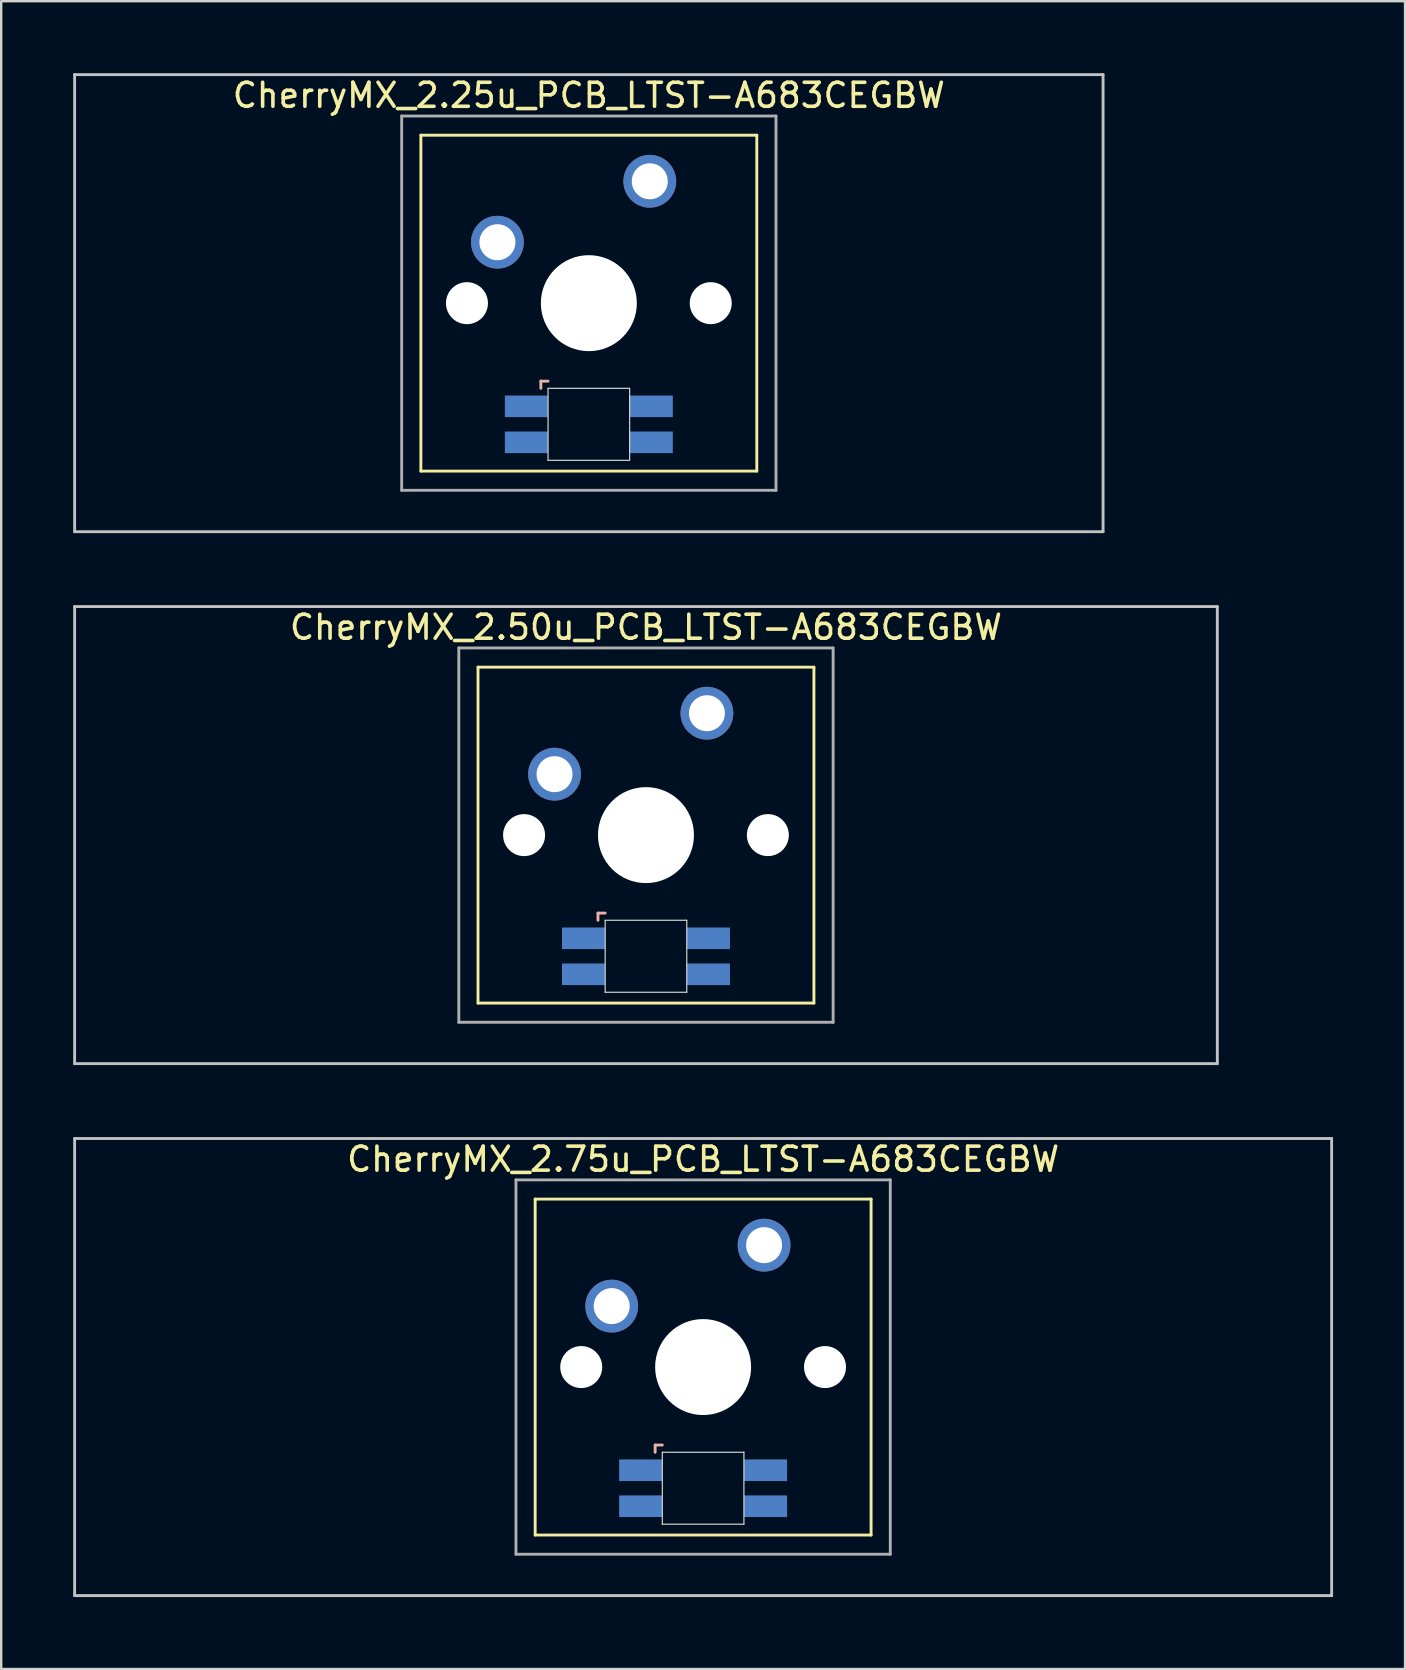
<source format=kicad_pcb>
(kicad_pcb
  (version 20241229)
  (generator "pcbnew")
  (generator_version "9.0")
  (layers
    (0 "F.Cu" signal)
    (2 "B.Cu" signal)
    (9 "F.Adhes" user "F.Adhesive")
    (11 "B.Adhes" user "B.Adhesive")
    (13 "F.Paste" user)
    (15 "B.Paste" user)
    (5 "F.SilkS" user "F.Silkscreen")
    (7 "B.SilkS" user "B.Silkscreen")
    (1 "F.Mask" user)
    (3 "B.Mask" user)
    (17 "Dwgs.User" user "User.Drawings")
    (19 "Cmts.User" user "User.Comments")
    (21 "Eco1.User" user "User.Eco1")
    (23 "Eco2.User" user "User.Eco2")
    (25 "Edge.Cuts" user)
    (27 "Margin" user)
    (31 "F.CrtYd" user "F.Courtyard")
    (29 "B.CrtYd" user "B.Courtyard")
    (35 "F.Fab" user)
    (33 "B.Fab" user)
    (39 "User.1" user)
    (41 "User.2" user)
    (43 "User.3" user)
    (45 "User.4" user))
  (footprint "CherryMX_2.75u_PCB_LTST-A683CEGBW"
    (layer "F.Cu")
    (at 26.254 53.925)
    (property "Reference" "CherryMX_2.75u_PCB_LTST-A683CEGBW" (at 0 -8.662 0) (layer "F.SilkS") (effects (font (size 1 1) (thickness 0.15))))
    (attr through_hole)
    (fp_line (start -7 -7) (end -7 7) (stroke (width 0.12) (type solid)) (layer "F.SilkS"))
    (fp_line (start -7 -7) (end 7 -7) (stroke (width 0.12) (type solid)) (layer "F.SilkS"))
    (fp_line (start 7 -7) (end 7 7) (stroke (width 0.12) (type solid)) (layer "F.SilkS"))
    (fp_line (start 7 7) (end -7 7) (stroke (width 0.12) (type solid)) (layer "F.SilkS"))
    (fp_line (start -2 3.25) (end -2 3.55) (stroke (width 0.12) (type solid)) (layer "B.SilkS"))
    (fp_line (start -1.7 3.25) (end -2 3.25) (stroke (width 0.12) (type solid)) (layer "B.SilkS"))
    (fp_line (start -26.194 -9.525) (end 26.194 -9.525) (stroke (width 0.12) (type solid)) (layer "Dwgs.User"))
    (fp_line (start -26.194 9.525) (end -26.194 -9.525) (stroke (width 0.12) (type solid)) (layer "Dwgs.User"))
    (fp_line (start 26.194 -9.525) (end 26.194 9.525) (stroke (width 0.12) (type solid)) (layer "Dwgs.User"))
    (fp_line (start 26.194 9.525) (end -26.194 9.525) (stroke (width 0.12) (type solid)) (layer "Dwgs.User"))
    (fp_line (start -1.7 3.55) (end 1.7 3.55) (stroke (width 0.05) (type solid)) (layer "Edge.Cuts"))
    (fp_line (start -1.7 6.55) (end -1.7 3.55) (stroke (width 0.05) (type solid)) (layer "Edge.Cuts"))
    (fp_line (start 1.7 3.55) (end 1.7 6.55) (stroke (width 0.05) (type solid)) (layer "Edge.Cuts"))
    (fp_line (start 1.7 6.55) (end -1.7 6.55) (stroke (width 0.05) (type solid)) (layer "Edge.Cuts"))
    (fp_line (start -7.8 -7.8) (end -7.8 7.8) (stroke (width 0.12) (type solid)) (layer "F.Fab"))
    (fp_line (start -7.8 -7.8) (end 7.8 -7.8) (stroke (width 0.12) (type solid)) (layer "F.Fab"))
    (fp_line (start -7.8 7.8) (end 7.8 7.8) (stroke (width 0.12) (type solid)) (layer "F.Fab"))
    (fp_line (start 7.8 -7.8) (end 7.8 7.8) (stroke (width 0.12) (type solid)) (layer "F.Fab"))
    (pad "" np_thru_hole circle (at -5.08 0) (size 1.75 1.75) (drill 1.75) (layers "*.Cu" "*.Mask"))
    (pad "" np_thru_hole circle (at 0 0) (size 4 4) (drill 4) (layers "*.Cu" "*.Mask"))
    (pad "" np_thru_hole circle (at 5.08 0) (size 1.75 1.75) (drill 1.75) (layers "*.Cu" "*.Mask"))
    (pad "1" thru_hole circle (at -3.81 -2.54) (size 2.2 2.2) (drill 1.5) (layers "*.Cu" "*.Mask"))
    (pad "2" thru_hole circle (at 2.54 -5.08) (size 2.2 2.2) (drill 1.5) (layers "*.Cu" "*.Mask"))
    (pad "3" smd rect (at -2.6 4.3) (size 1.8 0.9) (layers "B.Cu" "B.Mask" "B.Paste"))
    (pad "4" smd rect (at -2.6 5.8) (size 1.8 0.9) (layers "B.Cu" "B.Mask" "B.Paste"))
    (pad "5" smd rect (at 2.6 4.3) (size 1.8 0.9) (layers "B.Cu" "B.Mask" "B.Paste"))
    (pad "6" smd rect (at 2.6 5.8) (size 1.8 0.9) (layers "B.Cu" "B.Mask" "B.Paste")))
  (footprint "CherryMX_2.50u_PCB_LTST-A683CEGBW"
    (layer "F.Cu")
    (at 23.872 31.755)
    (property "Reference" "CherryMX_2.50u_PCB_LTST-A683CEGBW" (at 0 -8.662 0) (layer "F.SilkS") (effects (font (size 1 1) (thickness 0.15))))
    (attr through_hole)
    (fp_line (start -7 -7) (end -7 7) (stroke (width 0.12) (type solid)) (layer "F.SilkS"))
    (fp_line (start -7 -7) (end 7 -7) (stroke (width 0.12) (type solid)) (layer "F.SilkS"))
    (fp_line (start 7 -7) (end 7 7) (stroke (width 0.12) (type solid)) (layer "F.SilkS"))
    (fp_line (start 7 7) (end -7 7) (stroke (width 0.12) (type solid)) (layer "F.SilkS"))
    (fp_line (start -2 3.25) (end -2 3.55) (stroke (width 0.12) (type solid)) (layer "B.SilkS"))
    (fp_line (start -1.7 3.25) (end -2 3.25) (stroke (width 0.12) (type solid)) (layer "B.SilkS"))
    (fp_line (start -23.812 -9.525) (end 23.812 -9.525) (stroke (width 0.12) (type solid)) (layer "Dwgs.User"))
    (fp_line (start -23.812 9.525) (end -23.812 -9.525) (stroke (width 0.12) (type solid)) (layer "Dwgs.User"))
    (fp_line (start 23.812 -9.525) (end 23.812 9.525) (stroke (width 0.12) (type solid)) (layer "Dwgs.User"))
    (fp_line (start 23.812 9.525) (end -23.812 9.525) (stroke (width 0.12) (type solid)) (layer "Dwgs.User"))
    (fp_line (start -1.7 3.55) (end 1.7 3.55) (stroke (width 0.05) (type solid)) (layer "Edge.Cuts"))
    (fp_line (start -1.7 6.55) (end -1.7 3.55) (stroke (width 0.05) (type solid)) (layer "Edge.Cuts"))
    (fp_line (start 1.7 3.55) (end 1.7 6.55) (stroke (width 0.05) (type solid)) (layer "Edge.Cuts"))
    (fp_line (start 1.7 6.55) (end -1.7 6.55) (stroke (width 0.05) (type solid)) (layer "Edge.Cuts"))
    (fp_line (start -7.8 -7.8) (end -7.8 7.8) (stroke (width 0.12) (type solid)) (layer "F.Fab"))
    (fp_line (start -7.8 -7.8) (end 7.8 -7.8) (stroke (width 0.12) (type solid)) (layer "F.Fab"))
    (fp_line (start -7.8 7.8) (end 7.8 7.8) (stroke (width 0.12) (type solid)) (layer "F.Fab"))
    (fp_line (start 7.8 -7.8) (end 7.8 7.8) (stroke (width 0.12) (type solid)) (layer "F.Fab"))
    (pad "" np_thru_hole circle (at -5.08 0) (size 1.75 1.75) (drill 1.75) (layers "*.Cu" "*.Mask"))
    (pad "" np_thru_hole circle (at 0 0) (size 4 4) (drill 4) (layers "*.Cu" "*.Mask"))
    (pad "" np_thru_hole circle (at 5.08 0) (size 1.75 1.75) (drill 1.75) (layers "*.Cu" "*.Mask"))
    (pad "1" thru_hole circle (at -3.81 -2.54) (size 2.2 2.2) (drill 1.5) (layers "*.Cu" "*.Mask"))
    (pad "2" thru_hole circle (at 2.54 -5.08) (size 2.2 2.2) (drill 1.5) (layers "*.Cu" "*.Mask"))
    (pad "3" smd rect (at -2.6 4.3) (size 1.8 0.9) (layers "B.Cu" "B.Mask" "B.Paste"))
    (pad "4" smd rect (at -2.6 5.8) (size 1.8 0.9) (layers "B.Cu" "B.Mask" "B.Paste"))
    (pad "5" smd rect (at 2.6 4.3) (size 1.8 0.9) (layers "B.Cu" "B.Mask" "B.Paste"))
    (pad "6" smd rect (at 2.6 5.8) (size 1.8 0.9) (layers "B.Cu" "B.Mask" "B.Paste")))
  (footprint "CherryMX_2.25u_PCB_LTST-A683CEGBW"
    (layer "F.Cu")
    (at 21.491 9.585)
    (property "Reference" "CherryMX_2.25u_PCB_LTST-A683CEGBW" (at 0 -8.662 0) (layer "F.SilkS") (effects (font (size 1 1) (thickness 0.15))))
    (attr through_hole)
    (fp_line (start -7 -7) (end -7 7) (stroke (width 0.12) (type solid)) (layer "F.SilkS"))
    (fp_line (start -7 -7) (end 7 -7) (stroke (width 0.12) (type solid)) (layer "F.SilkS"))
    (fp_line (start 7 -7) (end 7 7) (stroke (width 0.12) (type solid)) (layer "F.SilkS"))
    (fp_line (start 7 7) (end -7 7) (stroke (width 0.12) (type solid)) (layer "F.SilkS"))
    (fp_line (start -2 3.25) (end -2 3.55) (stroke (width 0.12) (type solid)) (layer "B.SilkS"))
    (fp_line (start -1.7 3.25) (end -2 3.25) (stroke (width 0.12) (type solid)) (layer "B.SilkS"))
    (fp_line (start -21.431 -9.525) (end 21.431 -9.525) (stroke (width 0.12) (type solid)) (layer "Dwgs.User"))
    (fp_line (start -21.431 9.525) (end -21.431 -9.525) (stroke (width 0.12) (type solid)) (layer "Dwgs.User"))
    (fp_line (start 21.431 -9.525) (end 21.431 9.525) (stroke (width 0.12) (type solid)) (layer "Dwgs.User"))
    (fp_line (start 21.431 9.525) (end -21.431 9.525) (stroke (width 0.12) (type solid)) (layer "Dwgs.User"))
    (fp_line (start -1.7 3.55) (end 1.7 3.55) (stroke (width 0.05) (type solid)) (layer "Edge.Cuts"))
    (fp_line (start -1.7 6.55) (end -1.7 3.55) (stroke (width 0.05) (type solid)) (layer "Edge.Cuts"))
    (fp_line (start 1.7 3.55) (end 1.7 6.55) (stroke (width 0.05) (type solid)) (layer "Edge.Cuts"))
    (fp_line (start 1.7 6.55) (end -1.7 6.55) (stroke (width 0.05) (type solid)) (layer "Edge.Cuts"))
    (fp_line (start -7.8 -7.8) (end -7.8 7.8) (stroke (width 0.12) (type solid)) (layer "F.Fab"))
    (fp_line (start -7.8 -7.8) (end 7.8 -7.8) (stroke (width 0.12) (type solid)) (layer "F.Fab"))
    (fp_line (start -7.8 7.8) (end 7.8 7.8) (stroke (width 0.12) (type solid)) (layer "F.Fab"))
    (fp_line (start 7.8 -7.8) (end 7.8 7.8) (stroke (width 0.12) (type solid)) (layer "F.Fab"))
    (pad "" np_thru_hole circle (at -5.08 0) (size 1.75 1.75) (drill 1.75) (layers "*.Cu" "*.Mask"))
    (pad "" np_thru_hole circle (at 0 0) (size 4 4) (drill 4) (layers "*.Cu" "*.Mask"))
    (pad "" np_thru_hole circle (at 5.08 0) (size 1.75 1.75) (drill 1.75) (layers "*.Cu" "*.Mask"))
    (pad "1" thru_hole circle (at -3.81 -2.54) (size 2.2 2.2) (drill 1.5) (layers "*.Cu" "*.Mask"))
    (pad "2" thru_hole circle (at 2.54 -5.08) (size 2.2 2.2) (drill 1.5) (layers "*.Cu" "*.Mask"))
    (pad "3" smd rect (at -2.6 4.3) (size 1.8 0.9) (layers "B.Cu" "B.Mask" "B.Paste"))
    (pad "4" smd rect (at -2.6 5.8) (size 1.8 0.9) (layers "B.Cu" "B.Mask" "B.Paste"))
    (pad "5" smd rect (at 2.6 4.3) (size 1.8 0.9) (layers "B.Cu" "B.Mask" "B.Paste"))
    (pad "6" smd rect (at 2.6 5.8) (size 1.8 0.9) (layers "B.Cu" "B.Mask" "B.Paste")))
  (gr_rect
    (start -3 -3)
    (end 55.508 66.51)
    (stroke (width 0.1) (type default))
    (fill no)
    (layer "Edge.Cuts")))
</source>
